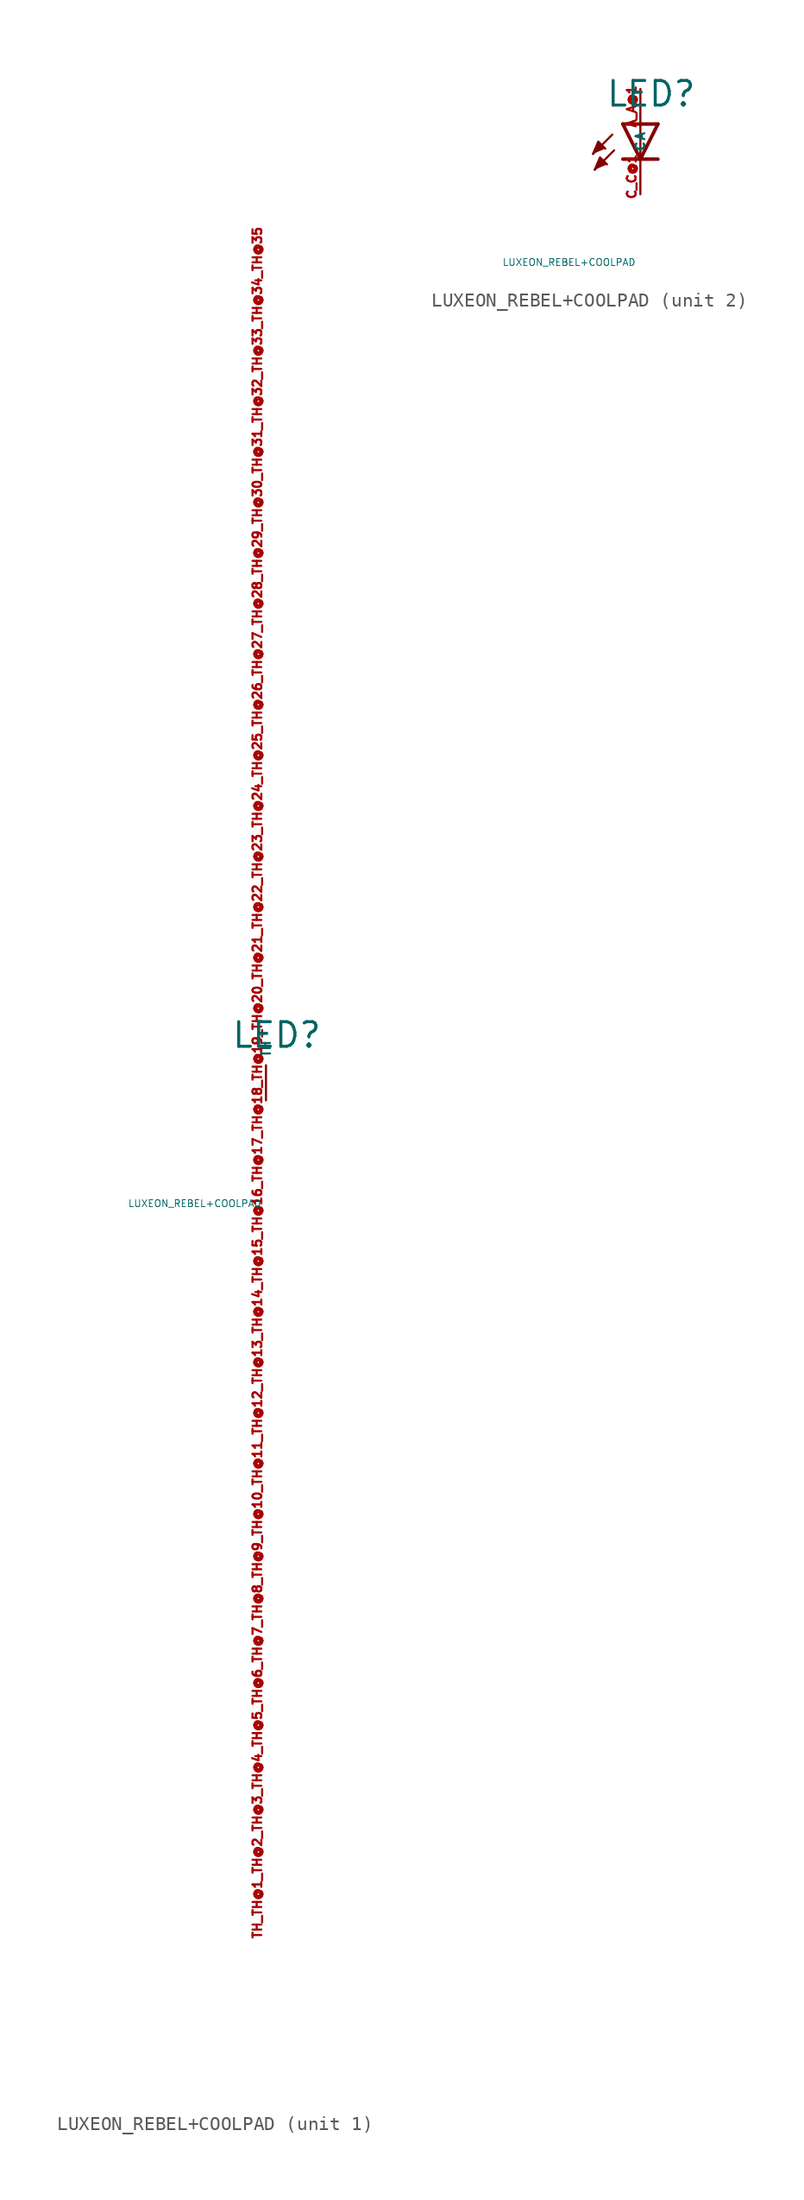
<source format=kicad_sym>
(kicad_symbol_lib
  (version 20220914)
  (generator Eagle2Kicad)
  (symbol "LUXEON_REBEL+COOLPAD"
    (property "Reference" "LED"
      (at -2.54 1.143 0)
      (effects (font (size 1.778 1.778) (thickness 0.22)) (justify left bottom)))
    (property "Value" "LUXEON_REBEL+COOLPAD"
      (at -10 -10 0)
      (effects (font (size 0.5 0.5) (thickness 0.06)) (justify left)))
    (symbol "LUXEON_REBEL+COOLPAD_1_0"
      (pin unspecified line (at 0 -2.54 90) (length 2.54) (name "TH" (effects (font (size 0.635 0.635) (thickness 0.08)) (justify left bottom))) (number "TH TH@1 TH@2 TH@3 TH@4 TH@5 TH@6 TH@7 TH@8 TH@9 TH@10 TH@11 TH@12 TH@13 TH@14 TH@15 TH@16 TH@17 TH@18 TH@19 TH@20 TH@21 TH@22 TH@23 TH@24 TH@25 TH@26 TH@27 TH@28 TH@29 TH@30 TH@31 TH@32 TH@33 TH@34 TH@35" (effects (font (size 0.635 0.635) (thickness 0.08)) (justify left bottom)))))
    (symbol "LUXEON_REBEL+COOLPAD_2_0"
      (polyline (pts (xy -3.429 -2.159) (xy -3.048 -1.27) (xy -2.54 -1.778)) (stroke (width 0.152) (type default)) (fill (type outline)))
      (polyline (pts (xy -3.302 -3.302) (xy -2.921 -2.413) (xy -2.413 -2.921)) (stroke (width 0.152) (type default)) (fill (type outline)))
      (polyline (pts (xy 1.27 0) (xy 0 -2.54)) (stroke (width 0.254) (type default)) (fill (type none)))
      (polyline (pts (xy 0 -2.54) (xy -1.27 0)) (stroke (width 0.254) (type default)) (fill (type none)))
      (polyline (pts (xy 1.27 -2.54) (xy 0 -2.54)) (stroke (width 0.254) (type default)) (fill (type none)))
      (polyline (pts (xy 0 -2.54) (xy -1.27 -2.54)) (stroke (width 0.254) (type default)) (fill (type none)))
      (polyline (pts (xy 1.27 0) (xy 0 0)) (stroke (width 0.254) (type default)) (fill (type none)))
      (polyline (pts (xy 0 0) (xy -1.27 0)) (stroke (width 0.254) (type default)) (fill (type none)))
      (polyline (pts (xy 0 0) (xy 0 -2.54)) (stroke (width 0.152) (type default)) (fill (type none)))
      (polyline (pts (xy -2.032 -0.762) (xy -3.429 -2.159)) (stroke (width 0.152) (type default)) (fill (type none)))
      (polyline (pts (xy -1.905 -1.905) (xy -3.302 -3.302)) (stroke (width 0.152) (type default)) (fill (type none)))
      (pin passive line (at 0 -5.08 90) (length 2.54) (name "C" (effects (font (size 0.635 0.635) (thickness 0.08)) (justify left bottom))) (number "C C@1" (effects (font (size 0.635 0.635) (thickness 0.08)) (justify left bottom))))
      (pin passive line (at 0 2.54 270) (length 2.54) (name "A" (effects (font (size 0.635 0.635) (thickness 0.08)) (justify left bottom))) (number "A A@1" (effects (font (size 0.635 0.635) (thickness 0.08)) (justify left bottom)))))))
</source>
